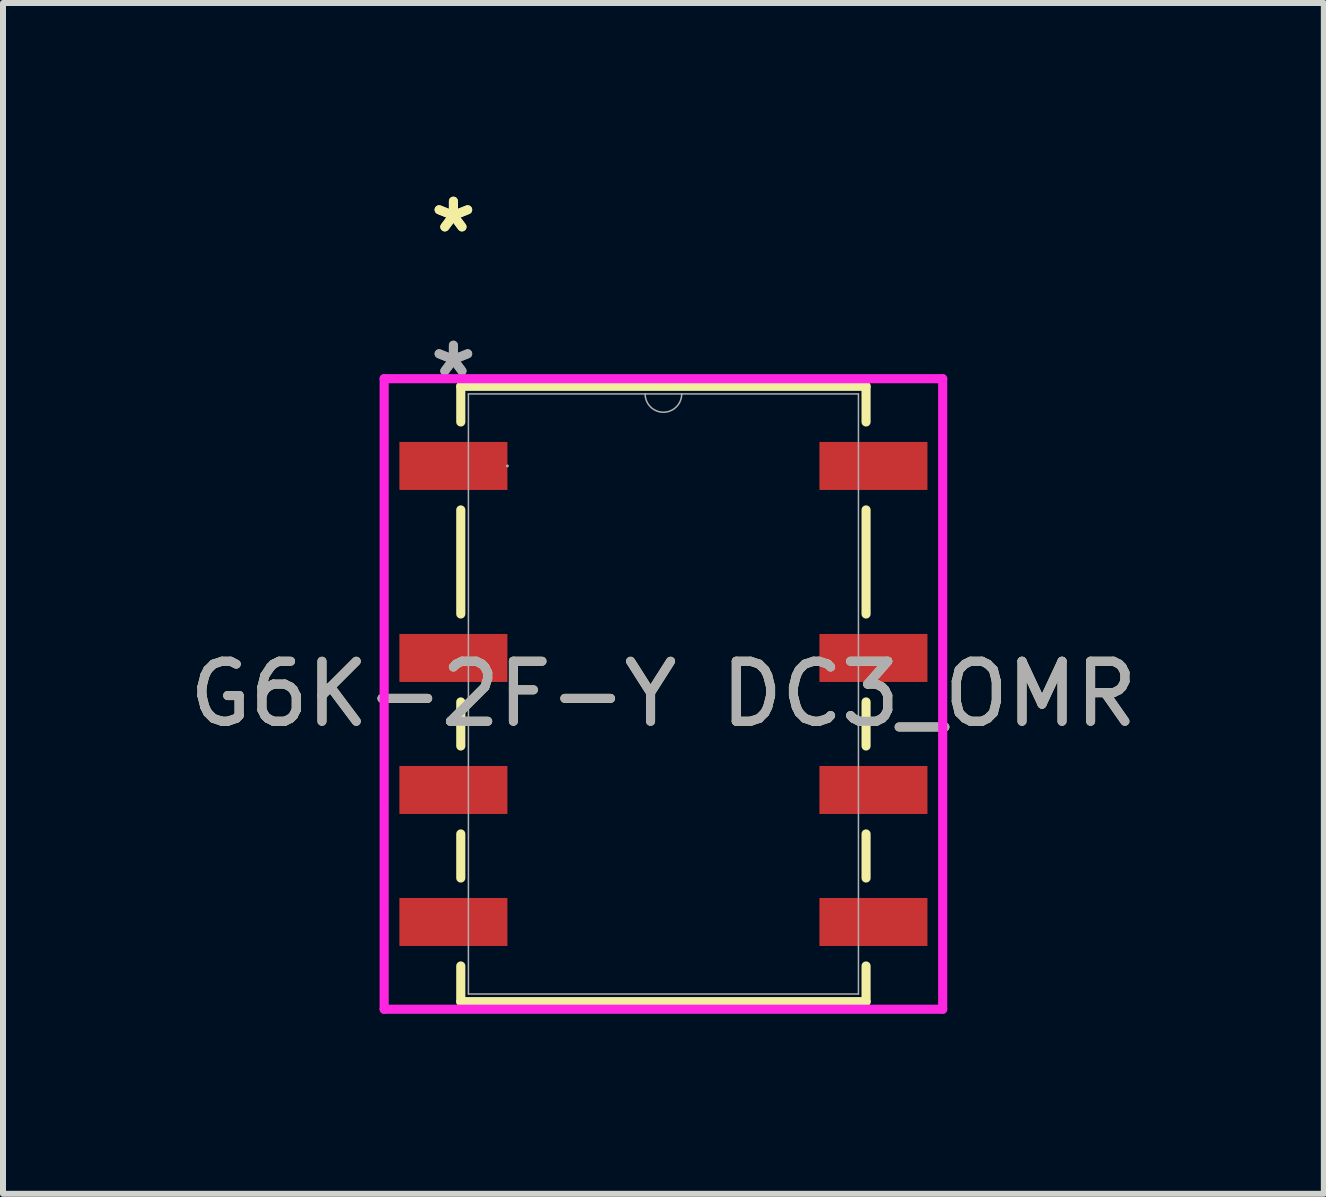
<source format=kicad_pcb>
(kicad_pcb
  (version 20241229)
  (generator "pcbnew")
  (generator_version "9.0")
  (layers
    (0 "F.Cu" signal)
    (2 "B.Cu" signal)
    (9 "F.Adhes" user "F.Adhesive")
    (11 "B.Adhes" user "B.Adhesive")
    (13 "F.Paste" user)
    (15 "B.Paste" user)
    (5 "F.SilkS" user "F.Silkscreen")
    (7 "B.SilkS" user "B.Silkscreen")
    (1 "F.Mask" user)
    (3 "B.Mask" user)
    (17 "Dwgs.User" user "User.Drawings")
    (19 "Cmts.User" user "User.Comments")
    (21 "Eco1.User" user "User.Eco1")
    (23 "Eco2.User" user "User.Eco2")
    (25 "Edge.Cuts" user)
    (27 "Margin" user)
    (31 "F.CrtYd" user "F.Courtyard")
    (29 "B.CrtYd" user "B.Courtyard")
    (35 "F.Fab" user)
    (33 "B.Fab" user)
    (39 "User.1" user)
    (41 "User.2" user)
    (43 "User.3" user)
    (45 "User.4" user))
  (footprint "G6K-2F-Y DC3_OMR"
    (layer "F.Cu")
    (at 8.006 8.515)
    (property "Reference" "G6K-2F-Y DC3_OMR" (at 0 0 0) (unlocked yes) (layer "F.SilkS") (effects (font (size 1 1) (thickness 0.15))))
    (attr smd)
    (fp_line (start -3.377 -5.127) (end -3.377 -4.533) (stroke (width 0.152) (type solid)) (layer "F.SilkS"))
    (fp_line (start -3.377 -3.067) (end -3.377 -1.333) (stroke (width 0.152) (type solid)) (layer "F.SilkS"))
    (fp_line (start -3.377 0.133) (end -3.377 0.867) (stroke (width 0.152) (type solid)) (layer "F.SilkS"))
    (fp_line (start -3.377 2.333) (end -3.377 3.067) (stroke (width 0.152) (type solid)) (layer "F.SilkS"))
    (fp_line (start -3.377 4.533) (end -3.377 5.127) (stroke (width 0.152) (type solid)) (layer "F.SilkS"))
    (fp_line (start -3.377 5.127) (end 3.377 5.127) (stroke (width 0.152) (type solid)) (layer "F.SilkS"))
    (fp_line (start 3.377 -5.127) (end -3.377 -5.127) (stroke (width 0.152) (type solid)) (layer "F.SilkS"))
    (fp_line (start 3.377 -4.533) (end 3.377 -5.127) (stroke (width 0.152) (type solid)) (layer "F.SilkS"))
    (fp_line (start 3.377 -1.333) (end 3.377 -3.067) (stroke (width 0.152) (type solid)) (layer "F.SilkS"))
    (fp_line (start 3.377 0.867) (end 3.377 0.133) (stroke (width 0.152) (type solid)) (layer "F.SilkS"))
    (fp_line (start 3.377 3.067) (end 3.377 2.333) (stroke (width 0.152) (type solid)) (layer "F.SilkS"))
    (fp_line (start 3.377 5.127) (end 3.377 4.533) (stroke (width 0.152) (type solid)) (layer "F.SilkS"))
    (fp_line (start -4.654 -5.254) (end 4.654 -5.254) (stroke (width 0.152) (type solid)) (layer "F.CrtYd"))
    (fp_line (start -4.654 5.254) (end -4.654 -5.254) (stroke (width 0.152) (type solid)) (layer "F.CrtYd"))
    (fp_line (start 4.654 -5.254) (end 4.654 5.254) (stroke (width 0.152) (type solid)) (layer "F.CrtYd"))
    (fp_line (start 4.654 5.254) (end -4.654 5.254) (stroke (width 0.152) (type solid)) (layer "F.CrtYd"))
    (fp_line (start -3.25 -5) (end -3.25 5) (stroke (width 0.025) (type solid)) (layer "F.Fab"))
    (fp_line (start -3.25 5) (end 3.25 5) (stroke (width 0.025) (type solid)) (layer "F.Fab"))
    (fp_line (start 3.25 -5) (end -3.25 -5) (stroke (width 0.025) (type solid)) (layer "F.Fab"))
    (fp_line (start 3.25 5) (end 3.25 -5) (stroke (width 0.025) (type solid)) (layer "F.Fab"))
    (fp_arc (start 0.3048 -5) (mid 0 -4.6952) (end -0.3048 -5) (stroke (width 0.0254) (type solid)) (layer "F.Fab"))
    (fp_circle (center -2.6 -3.8) (end -2.6 -3.8) (stroke (width 0.025) (type solid)) (fill no) (layer "F.Fab"))
    (fp_text user "*" (at -3.5 -7.667 0) (unlocked yes) (layer "F.SilkS") (effects (font (size 1 1) (thickness 0.15))))
    (fp_text user "*" (at -3.5 -7.667 0) (layer "F.SilkS") (effects (font (size 1 1) (thickness 0.15))))
    (fp_text user "${REFERENCE}" (at 0 0 0) (unlocked yes) (layer "F.Fab") (effects (font (size 1 1) (thickness 0.15))))
    (fp_text user "*" (at -3.5 -5.267 0) (unlocked yes) (layer "F.Fab") (effects (font (size 1 1) (thickness 0.15))))
    (fp_text user "*" (at -3.5 -5.267 0) (layer "F.Fab") (effects (font (size 1 1) (thickness 0.15))))
    (pad "1" smd rect (at -3.5 -3.8) (size 1.8 0.8) (layers "F.Cu" "F.Mask" "F.Paste"))
    (pad "2" smd rect (at -3.5 -0.6) (size 1.8 0.8) (layers "F.Cu" "F.Mask" "F.Paste"))
    (pad "3" smd rect (at -3.5 1.6) (size 1.8 0.8) (layers "F.Cu" "F.Mask" "F.Paste"))
    (pad "4" smd rect (at -3.5 3.8) (size 1.8 0.8) (layers "F.Cu" "F.Mask" "F.Paste"))
    (pad "5" smd rect (at 3.5 3.8) (size 1.8 0.8) (layers "F.Cu" "F.Mask" "F.Paste"))
    (pad "6" smd rect (at 3.5 1.6) (size 1.8 0.8) (layers "F.Cu" "F.Mask" "F.Paste"))
    (pad "7" smd rect (at 3.5 -0.6) (size 1.8 0.8) (layers "F.Cu" "F.Mask" "F.Paste"))
    (pad "8" smd rect (at 3.5 -3.8) (size 1.8 0.8) (layers "F.Cu" "F.Mask" "F.Paste")))
  (gr_rect
    (start -3 -3)
    (end 19.012 16.845)
    (stroke (width 0.1) (type default))
    (fill no)
    (layer "Edge.Cuts")))
</source>
